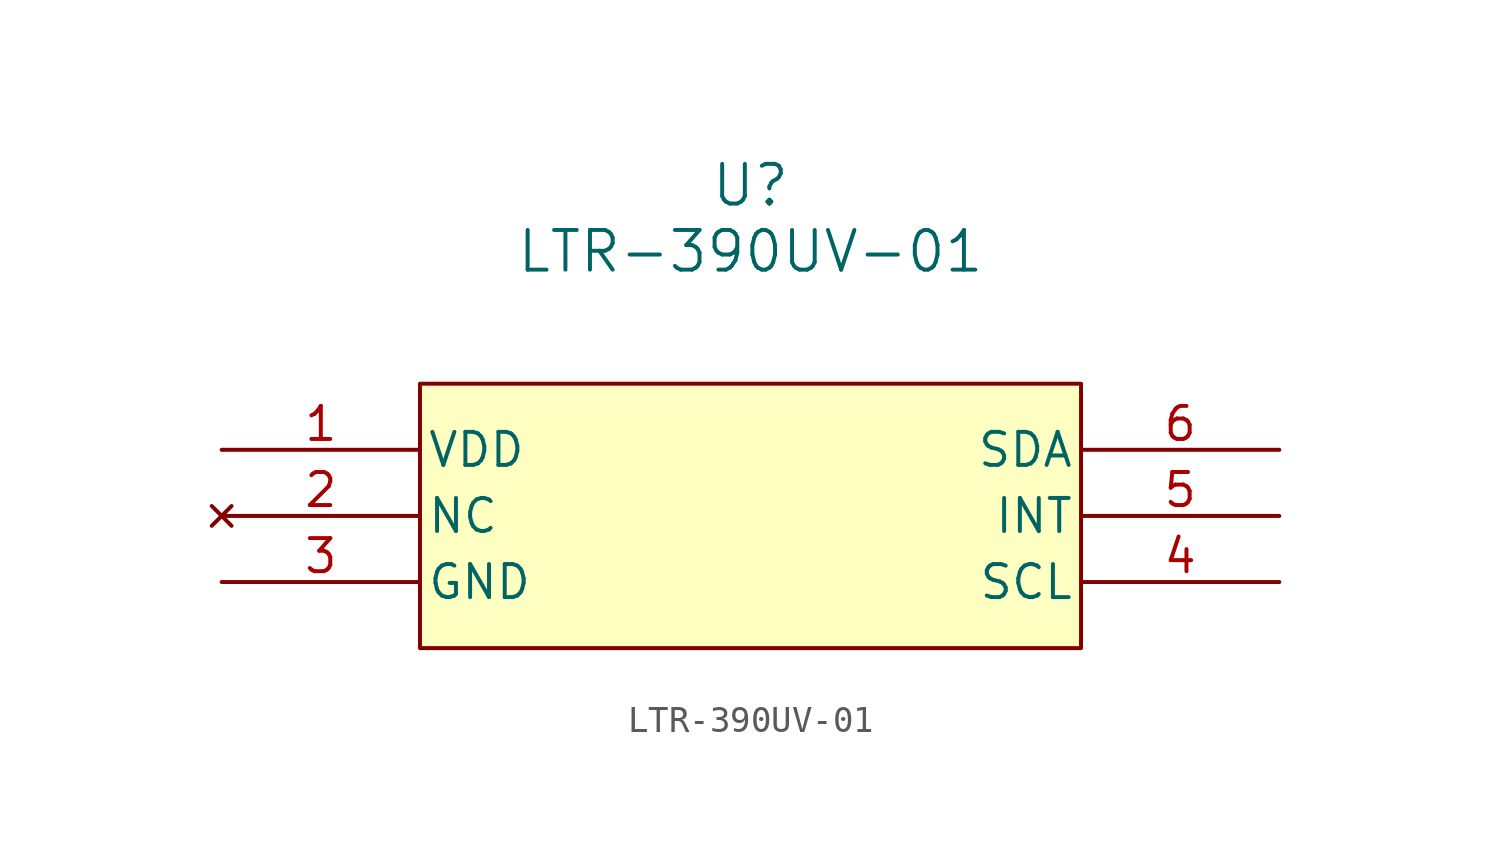
<source format=kicad_sym>
(kicad_symbol_lib
  (version 20241209)
  (generator "kicad_symbol_editor")
  (generator_version "9.0")
  (symbol "LTR-390UV-01"
    (pin_names
      (offset 0.254))
    (property "Reference" "U"
      (at 20.32 10.16 0)
      (effects (font (size 1.524 1.524))))
    (property "Value" "LTR-390UV-01"
      (at 20.32 7.62 0)
      (effects (font (size 1.524 1.524))))
    (symbol "LTR-390UV-01_0_1"
      (pin power_in line (at 0 0 0) (length 7.62) (name "VDD" (effects (font (size 1.27 1.27)))) (number "1" (effects (font (size 1.27 1.27)))))
      (pin no_connect line (at 0 -2.54 0) (length 7.62) (name "NC" (effects (font (size 1.27 1.27)))) (number "2" (effects (font (size 1.27 1.27)))))
      (pin power_out line (at 0 -5.08 0) (length 7.62) (name "GND" (effects (font (size 1.27 1.27)))) (number "3" (effects (font (size 1.27 1.27)))))
      (pin bidirectional line (at 40.64 0 180) (length 7.62) (name "SDA" (effects (font (size 1.27 1.27)))) (number "6" (effects (font (size 1.27 1.27)))))
      (pin output line (at 40.64 -2.54 180) (length 7.62) (name "INT" (effects (font (size 1.27 1.27)))) (number "5" (effects (font (size 1.27 1.27)))))
      (pin input line (at 40.64 -5.08 180) (length 7.62) (name "SCL" (effects (font (size 1.27 1.27)))) (number "4" (effects (font (size 1.27 1.27))))))
    (symbol "LTR-390UV-01_1_1"
      (rectangle (start 7.62 2.54) (end 33.02 -7.62) (stroke (width 0) (type solid)) (fill (type background))))))
</source>
